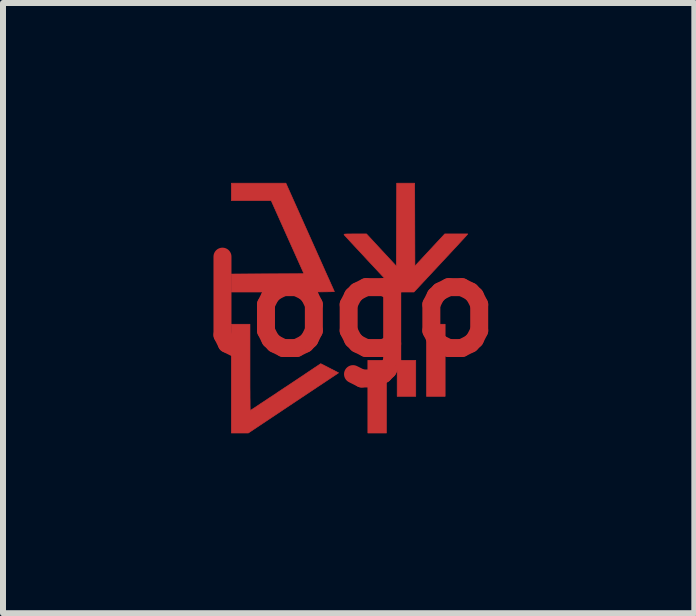
<source format=kicad_pcb>
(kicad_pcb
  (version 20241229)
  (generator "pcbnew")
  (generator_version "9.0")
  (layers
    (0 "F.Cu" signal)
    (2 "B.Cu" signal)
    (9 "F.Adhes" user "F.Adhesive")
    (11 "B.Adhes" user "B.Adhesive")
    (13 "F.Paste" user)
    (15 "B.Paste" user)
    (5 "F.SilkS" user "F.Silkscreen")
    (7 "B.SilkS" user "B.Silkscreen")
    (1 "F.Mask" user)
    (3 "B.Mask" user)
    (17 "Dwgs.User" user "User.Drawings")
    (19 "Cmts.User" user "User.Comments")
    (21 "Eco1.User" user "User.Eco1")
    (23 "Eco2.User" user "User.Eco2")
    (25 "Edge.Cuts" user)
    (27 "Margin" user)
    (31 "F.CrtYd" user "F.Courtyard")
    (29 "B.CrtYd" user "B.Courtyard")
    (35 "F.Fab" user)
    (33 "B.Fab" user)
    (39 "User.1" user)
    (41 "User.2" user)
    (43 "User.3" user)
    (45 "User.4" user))
  (footprint "logo"
    (layer "F.Cu")
    (at 2.765 2.065)
    (property "Reference" "logo" (at 0 0 0) (layer "F.Cu") (effects (font (size 1.524 1.524) (thickness 0.3))))
    (attr through_hole)
    (fp_poly (pts (xy 0.63 2.107) (xy 0.32 2.107) (xy 0.32 0.894) (xy 0.63 0.894) (xy 0.63 2.107)) (stroke (width 0.01) (type solid)) (fill yes) (layer "F.Cu"))
    (fp_poly (pts (xy 1.119 1.496) (xy 0.809 1.496) (xy 0.809 0.894) (xy 1.119 0.894) (xy 1.119 1.496)) (stroke (width 0.01) (type solid)) (fill yes) (layer "F.Cu"))
    (fp_poly (pts (xy 1.609 1.496) (xy 1.298 1.496) (xy 1.298 0.292) (xy 1.609 0.292) (xy 1.609 1.496)) (stroke (width 0.01) (type solid)) (fill yes) (layer "F.Cu"))
    (fp_poly (pts (xy -1.646 1.011) (xy -1.646 1.126) (xy -1.646 1.235) (xy -1.646 1.337) (xy -1.645 1.43) (xy -1.645 1.513) (xy -1.644 1.585) (xy -1.644 1.644) (xy -1.643 1.689) (xy -1.642 1.719) (xy -1.642 1.731) (xy -1.642 1.731) (xy -1.633 1.726) (xy -1.61 1.711) (xy -1.574 1.688) (xy -1.526 1.656) (xy -1.468 1.617) (xy -1.399 1.572) (xy -1.323 1.521) (xy -1.239 1.466) (xy -1.15 1.406) (xy -1.055 1.343) (xy -1.051 1.341) (xy -0.466 0.95) (xy -0.317 1.026) (xy -0.168 1.103) (xy -0.921 1.605) (xy -1.674 2.107) (xy -1.957 2.107) (xy -1.957 0.292) (xy -1.646 0.292) (xy -1.646 1.011)) (stroke (width 0.01) (type solid)) (fill yes) (layer "F.Cu"))
    (fp_poly (pts (xy -0.644 -1.159) (xy -0.589 -1.036) (xy -0.536 -0.918) (xy -0.486 -0.806) (xy -0.439 -0.701) (xy -0.396 -0.604) (xy -0.357 -0.517) (xy -0.322 -0.44) (xy -0.293 -0.374) (xy -0.269 -0.322) (xy -0.252 -0.283) (xy -0.241 -0.259) (xy -0.238 -0.252) (xy -0.246 -0.251) (xy -0.273 -0.25) (xy -0.315 -0.249) (xy -0.372 -0.248) (xy -0.443 -0.247) (xy -0.526 -0.246) (xy -0.62 -0.246) (xy -0.724 -0.245) (xy -0.836 -0.245) (xy -0.955 -0.245) (xy -1.08 -0.245) (xy -1.095 -0.245) (xy -1.957 -0.245) (xy -1.957 -0.545) (xy -1.351 -0.548) (xy -0.746 -0.55) (xy -1.019 -1.159) (xy -1.292 -1.769) (xy -1.957 -1.769) (xy -1.957 -2.06) (xy -1.047 -2.06) (xy -0.644 -1.159)) (stroke (width 0.01) (type solid)) (fill yes) (layer "F.Cu"))
    (fp_poly (pts (xy 1.103 -1.369) (xy 1.105 -0.678) (xy 1.354 -0.946) (xy 1.603 -1.214) (xy 1.986 -1.214) (xy 1.969 -1.192) (xy 1.96 -1.182) (xy 1.939 -1.159) (xy 1.907 -1.124) (xy 1.866 -1.08) (xy 1.817 -1.026) (xy 1.76 -0.965) (xy 1.697 -0.897) (xy 1.629 -0.824) (xy 1.556 -0.746) (xy 1.52 -0.707) (xy 1.089 -0.245) (xy 0.811 -0.245) (xy 0.375 -0.713) (xy 0.301 -0.792) (xy 0.231 -0.868) (xy 0.165 -0.939) (xy 0.105 -1.003) (xy 0.052 -1.06) (xy 0.007 -1.109) (xy -0.03 -1.149) (xy -0.056 -1.177) (xy -0.071 -1.194) (xy -0.074 -1.197) (xy -0.077 -1.203) (xy -0.076 -1.207) (xy -0.068 -1.21) (xy -0.05 -1.212) (xy -0.022 -1.213) (xy 0.021 -1.213) (xy 0.079 -1.214) (xy 0.105 -1.214) (xy 0.297 -1.214) (xy 0.546 -0.945) (xy 0.795 -0.677) (xy 0.797 -1.369) (xy 0.8 -2.06) (xy 1.101 -2.06) (xy 1.103 -1.369)) (stroke (width 0.01) (type solid)) (fill yes) (layer "F.Cu")))
  (gr_rect
    (start -3 -3)
    (end 8.53 7.177)
    (stroke (width 0.1) (type default))
    (fill no)
    (layer "Edge.Cuts")))
</source>
